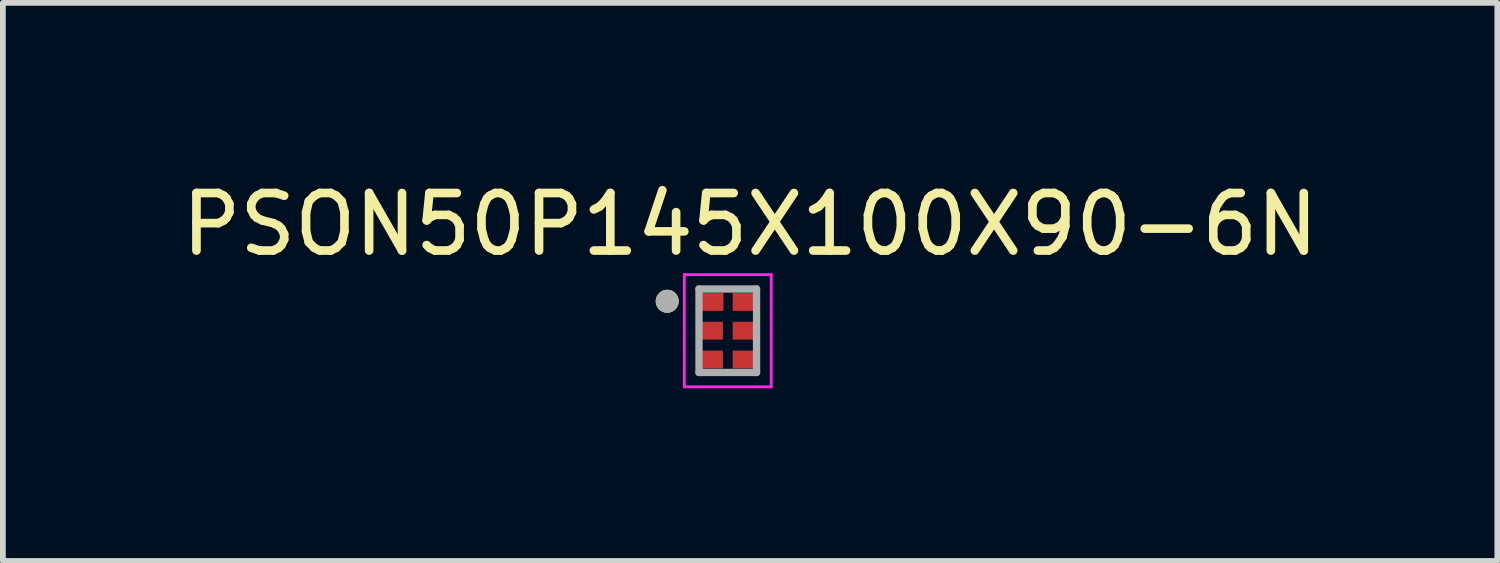
<source format=kicad_pcb>
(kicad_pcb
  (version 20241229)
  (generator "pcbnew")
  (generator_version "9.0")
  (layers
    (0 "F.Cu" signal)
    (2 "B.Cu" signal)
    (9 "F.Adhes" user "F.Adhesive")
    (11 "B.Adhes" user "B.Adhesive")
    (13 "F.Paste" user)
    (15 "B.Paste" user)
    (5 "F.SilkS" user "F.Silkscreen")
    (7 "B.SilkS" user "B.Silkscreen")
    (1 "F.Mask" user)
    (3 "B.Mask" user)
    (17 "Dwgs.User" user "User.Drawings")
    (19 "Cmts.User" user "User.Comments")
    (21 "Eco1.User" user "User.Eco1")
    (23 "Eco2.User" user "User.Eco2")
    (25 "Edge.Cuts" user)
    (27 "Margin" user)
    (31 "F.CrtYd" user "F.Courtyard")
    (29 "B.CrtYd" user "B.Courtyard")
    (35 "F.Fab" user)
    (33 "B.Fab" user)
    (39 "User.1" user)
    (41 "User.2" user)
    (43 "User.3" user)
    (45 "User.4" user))
  (footprint "PSON50P145X100X90-6N"
    (layer "F.Cu")
    (at 9.594 2.696)
    (property "Reference" "PSON50P145X100X90-6N" (at 0.388 -1.848 0) (layer "F.SilkS") (effects (font (size 1 1) (thickness 0.15))))
    (attr smd)
    (fp_circle (center -1.052 -0.512) (end -0.952 -0.512) (stroke (width 0.2) (type solid)) (fill no) (layer "F.SilkS"))
    (fp_line (start -0.755 -0.975) (end -0.755 0.975) (stroke (width 0.05) (type solid)) (layer "F.CrtYd"))
    (fp_line (start -0.755 0.975) (end 0.755 0.975) (stroke (width 0.05) (type solid)) (layer "F.CrtYd"))
    (fp_line (start 0.755 -0.975) (end -0.755 -0.975) (stroke (width 0.05) (type solid)) (layer "F.CrtYd"))
    (fp_line (start 0.755 0.975) (end 0.755 -0.975) (stroke (width 0.05) (type solid)) (layer "F.CrtYd"))
    (fp_line (start -0.5 -0.725) (end 0.5 -0.725) (stroke (width 0.127) (type solid)) (layer "F.Fab"))
    (fp_line (start -0.5 0.725) (end -0.5 -0.725) (stroke (width 0.127) (type solid)) (layer "F.Fab"))
    (fp_line (start 0.5 -0.725) (end 0.5 0.725) (stroke (width 0.127) (type solid)) (layer "F.Fab"))
    (fp_line (start 0.5 0.725) (end -0.5 0.725) (stroke (width 0.127) (type solid)) (layer "F.Fab"))
    (fp_circle (center -1.052 -0.512) (end -0.952 -0.512) (stroke (width 0.2) (type solid)) (fill no) (layer "F.Fab"))
    (pad "1" smd rect (at -0.29 -0.5) (size 0.43 0.31) (layers "F.Cu" "F.Mask" "F.Paste"))
    (pad "2" smd rect (at -0.295 0) (size 0.42 0.31) (layers "F.Cu" "F.Mask" "F.Paste"))
    (pad "3" smd rect (at -0.295 0.5) (size 0.42 0.31) (layers "F.Cu" "F.Mask" "F.Paste"))
    (pad "4" smd rect (at 0.295 0.5) (size 0.42 0.31) (layers "F.Cu" "F.Mask" "F.Paste"))
    (pad "5" smd rect (at 0.295 0) (size 0.42 0.31) (layers "F.Cu" "F.Mask" "F.Paste"))
    (pad "6" smd rect (at 0.295 -0.5) (size 0.42 0.31) (layers "F.Cu" "F.Mask" "F.Paste")))
  (gr_rect
    (start -3 -3)
    (end 22.964 6.696)
    (stroke (width 0.1) (type default))
    (fill no)
    (layer "Edge.Cuts")))
</source>
